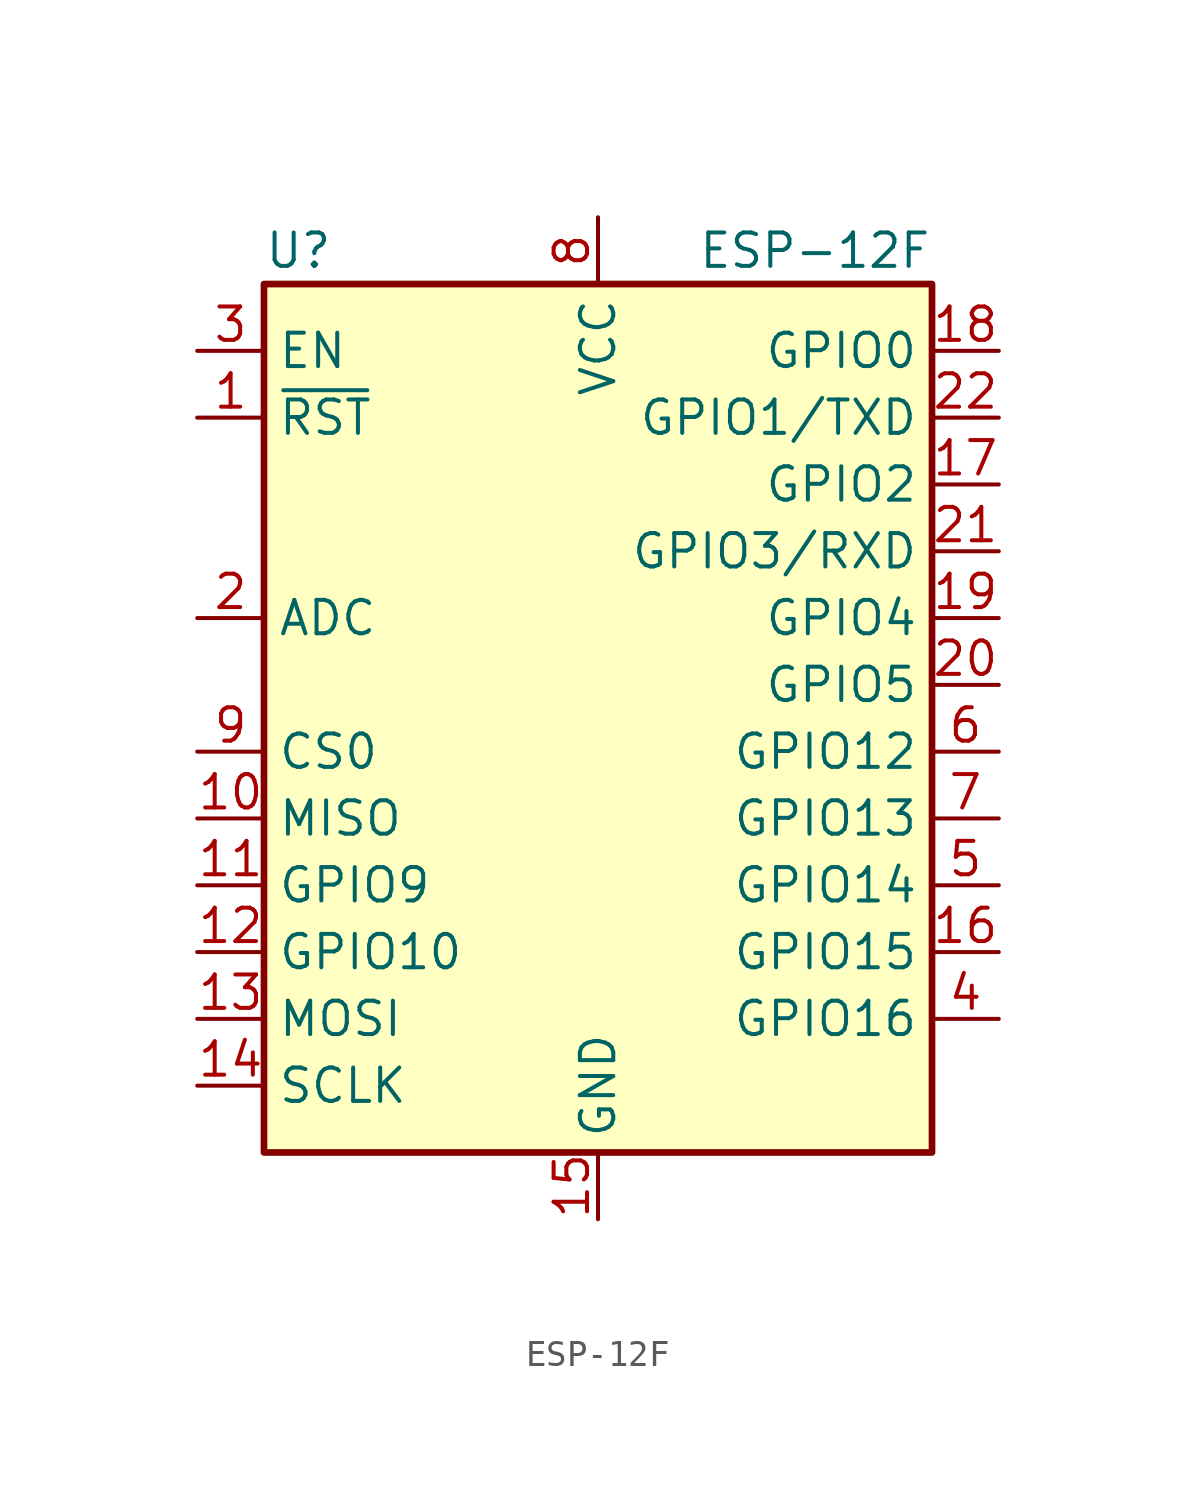
<source format=kicad_sym>
(kicad_symbol_lib
  (version 20231120)
  (generator "kicad_symbol_editor")
  (generator_version "8.0")
  (symbol "ESP-12F"
    (property "Reference" "U"
      (at -12.7 19.05 0)
      (effects (font (size 1.27 1.27)) (justify left)))
    (property "Value" "ESP-12F"
      (at 12.7 19.05 0)
      (effects (font (size 1.27 1.27)) (justify right)))
    (symbol "ESP-12F_0_1"
      (rectangle (start -12.7 17.78) (end 12.7 -15.24) (stroke (width 0.254) (type default)) (fill (type background))))
    (symbol "ESP-12F_1_1"
      (pin input line (at -15.24 12.7 0) (length 2.54) (name "~{RST}" (effects (font (size 1.27 1.27)))) (number "1" (effects (font (size 1.27 1.27)))))
      (pin bidirectional line (at -15.24 -2.54 0) (length 2.54) (name "MISO" (effects (font (size 1.27 1.27)))) (number "10" (effects (font (size 1.27 1.27)))))
      (pin bidirectional line (at -15.24 -5.08 0) (length 2.54) (name "GPIO9" (effects (font (size 1.27 1.27)))) (number "11" (effects (font (size 1.27 1.27)))))
      (pin bidirectional line (at -15.24 -7.62 0) (length 2.54) (name "GPIO10" (effects (font (size 1.27 1.27)))) (number "12" (effects (font (size 1.27 1.27)))))
      (pin bidirectional line (at -15.24 -10.16 0) (length 2.54) (name "MOSI" (effects (font (size 1.27 1.27)))) (number "13" (effects (font (size 1.27 1.27)))))
      (pin bidirectional line (at -15.24 -12.7 0) (length 2.54) (name "SCLK" (effects (font (size 1.27 1.27)))) (number "14" (effects (font (size 1.27 1.27)))))
      (pin power_in line (at 0 -17.78 90) (length 2.54) (name "GND" (effects (font (size 1.27 1.27)))) (number "15" (effects (font (size 1.27 1.27)))))
      (pin bidirectional line (at 15.24 -7.62 180) (length 2.54) (name "GPIO15" (effects (font (size 1.27 1.27)))) (number "16" (effects (font (size 1.27 1.27)))))
      (pin bidirectional line (at 15.24 10.16 180) (length 2.54) (name "GPIO2" (effects (font (size 1.27 1.27)))) (number "17" (effects (font (size 1.27 1.27)))))
      (pin bidirectional line (at 15.24 15.24 180) (length 2.54) (name "GPIO0" (effects (font (size 1.27 1.27)))) (number "18" (effects (font (size 1.27 1.27)))))
      (pin bidirectional line (at 15.24 5.08 180) (length 2.54) (name "GPIO4" (effects (font (size 1.27 1.27)))) (number "19" (effects (font (size 1.27 1.27)))))
      (pin input line (at -15.24 5.08 0) (length 2.54) (name "ADC" (effects (font (size 1.27 1.27)))) (number "2" (effects (font (size 1.27 1.27)))))
      (pin bidirectional line (at 15.24 2.54 180) (length 2.54) (name "GPIO5" (effects (font (size 1.27 1.27)))) (number "20" (effects (font (size 1.27 1.27)))))
      (pin bidirectional line (at 15.24 7.62 180) (length 2.54) (name "GPIO3/RXD" (effects (font (size 1.27 1.27)))) (number "21" (effects (font (size 1.27 1.27)))))
      (pin bidirectional line (at 15.24 12.7 180) (length 2.54) (name "GPIO1/TXD" (effects (font (size 1.27 1.27)))) (number "22" (effects (font (size 1.27 1.27)))))
      (pin input line (at -15.24 15.24 0) (length 2.54) (name "EN" (effects (font (size 1.27 1.27)))) (number "3" (effects (font (size 1.27 1.27)))))
      (pin bidirectional line (at 15.24 -10.16 180) (length 2.54) (name "GPIO16" (effects (font (size 1.27 1.27)))) (number "4" (effects (font (size 1.27 1.27)))))
      (pin bidirectional line (at 15.24 -5.08 180) (length 2.54) (name "GPIO14" (effects (font (size 1.27 1.27)))) (number "5" (effects (font (size 1.27 1.27)))))
      (pin bidirectional line (at 15.24 0 180) (length 2.54) (name "GPIO12" (effects (font (size 1.27 1.27)))) (number "6" (effects (font (size 1.27 1.27)))))
      (pin bidirectional line (at 15.24 -2.54 180) (length 2.54) (name "GPIO13" (effects (font (size 1.27 1.27)))) (number "7" (effects (font (size 1.27 1.27)))))
      (pin power_in line (at 0 20.32 270) (length 2.54) (name "VCC" (effects (font (size 1.27 1.27)))) (number "8" (effects (font (size 1.27 1.27)))))
      (pin input line (at -15.24 0 0) (length 2.54) (name "CS0" (effects (font (size 1.27 1.27)))) (number "9" (effects (font (size 1.27 1.27))))))))
</source>
